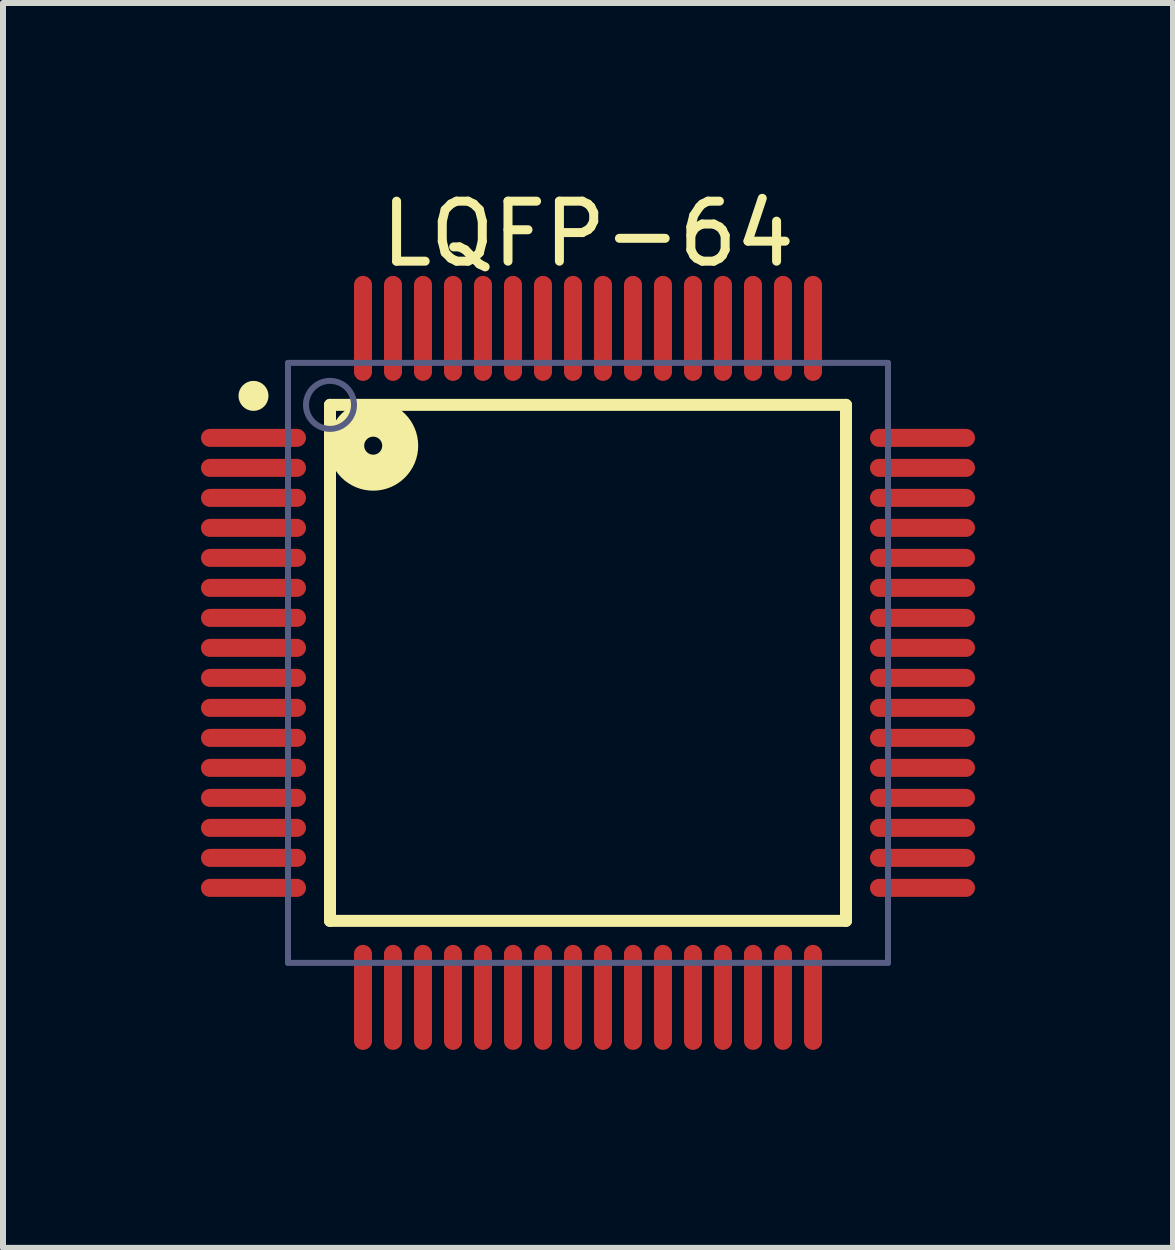
<source format=kicad_pcb>
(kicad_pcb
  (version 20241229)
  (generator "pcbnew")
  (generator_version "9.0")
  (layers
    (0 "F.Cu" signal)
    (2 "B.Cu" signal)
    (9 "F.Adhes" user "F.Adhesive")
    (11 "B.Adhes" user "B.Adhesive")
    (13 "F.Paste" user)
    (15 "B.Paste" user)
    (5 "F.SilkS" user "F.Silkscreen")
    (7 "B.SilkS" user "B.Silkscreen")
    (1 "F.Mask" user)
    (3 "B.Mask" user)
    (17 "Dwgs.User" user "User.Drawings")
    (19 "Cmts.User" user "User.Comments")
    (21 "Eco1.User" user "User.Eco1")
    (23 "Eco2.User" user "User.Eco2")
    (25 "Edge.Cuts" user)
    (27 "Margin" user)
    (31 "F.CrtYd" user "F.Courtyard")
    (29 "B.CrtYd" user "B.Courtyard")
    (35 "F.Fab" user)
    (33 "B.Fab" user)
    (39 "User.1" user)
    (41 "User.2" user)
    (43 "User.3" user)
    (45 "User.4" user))
  (footprint "LQFP-64"
    (layer "F.Cu")
    (at 6.75 7.998)
    (property "Reference" "LQFP-64" (at 0 -7.15 0) (layer "F.SilkS") (effects (font (size 1 1) (thickness 0.15))))
    (fp_line (start -4.3 -4.3) (end 4.3 -4.3) (stroke (width 0.2) (type solid)) (layer "F.SilkS"))
    (fp_line (start -4.3 4.3) (end -4.3 -4.3) (stroke (width 0.2) (type solid)) (layer "F.SilkS"))
    (fp_line (start -4.3 4.3) (end 4.3 4.3) (stroke (width 0.2) (type solid)) (layer "F.SilkS"))
    (fp_line (start 4.3 4.3) (end 4.3 -4.3) (stroke (width 0.2) (type solid)) (layer "F.SilkS"))
    (fp_circle (center -5.575 -4.45) (end -5.575 -4.575) (stroke (width 0.25) (type solid)) (fill no) (layer "F.SilkS"))
    (fp_circle (center -3.58 -3.62) (end -3.58 -3.77) (stroke (width 0.6) (type solid)) (fill no) (layer "F.SilkS"))
    (fp_line (start -6.7 -6.7) (end 6.7 -6.7) (stroke (width 0.1) (type solid)) (layer "Eco2.User"))
    (fp_line (start -6.7 6.7) (end -6.7 -6.7) (stroke (width 0.1) (type solid)) (layer "Eco2.User"))
    (fp_line (start -6.7 6.7) (end 6.7 6.7) (stroke (width 0.1) (type solid)) (layer "Eco2.User"))
    (fp_line (start -0.5 0) (end 0.5 0) (stroke (width 0.1) (type solid)) (layer "Eco2.User"))
    (fp_line (start 0 0.5) (end 0 -0.5) (stroke (width 0.1) (type solid)) (layer "Eco2.User"))
    (fp_line (start 6.7 6.7) (end 6.7 -6.7) (stroke (width 0.1) (type solid)) (layer "Eco2.User"))
    (fp_line (start -5 -5) (end 5 -5) (stroke (width 0.1) (type solid)) (layer "B.Fab"))
    (fp_line (start -5 5) (end -5 -5) (stroke (width 0.1) (type solid)) (layer "B.Fab"))
    (fp_line (start -5 5) (end 5 5) (stroke (width 0.1) (type solid)) (layer "B.Fab"))
    (fp_line (start 5 5) (end 5 -5) (stroke (width 0.1) (type solid)) (layer "B.Fab"))
    (fp_circle (center -4.3 -4.3) (end -4.3 -4.7) (stroke (width 0.1) (type solid)) (fill no) (layer "B.Fab"))
    (pad "1" smd oval (at -5.575 -3.75 90) (size 0.3 1.75) (layers "F.Cu" "F.Mask" "F.Paste"))
    (pad "2" smd oval (at -5.575 -3.25 90) (size 0.3 1.75) (layers "F.Cu" "F.Mask" "F.Paste"))
    (pad "3" smd oval (at -5.575 -2.75 90) (size 0.3 1.75) (layers "F.Cu" "F.Mask" "F.Paste"))
    (pad "4" smd oval (at -5.575 -2.25 90) (size 0.3 1.75) (layers "F.Cu" "F.Mask" "F.Paste"))
    (pad "5" smd oval (at -5.575 -1.75 90) (size 0.3 1.75) (layers "F.Cu" "F.Mask" "F.Paste"))
    (pad "6" smd oval (at -5.575 -1.25 90) (size 0.3 1.75) (layers "F.Cu" "F.Mask" "F.Paste"))
    (pad "7" smd oval (at -5.575 -0.75 90) (size 0.3 1.75) (layers "F.Cu" "F.Mask" "F.Paste"))
    (pad "8" smd oval (at -5.575 -0.25 90) (size 0.3 1.75) (layers "F.Cu" "F.Mask" "F.Paste"))
    (pad "9" smd oval (at -5.575 0.25 90) (size 0.3 1.75) (layers "F.Cu" "F.Mask" "F.Paste"))
    (pad "10" smd oval (at -5.575 0.75 90) (size 0.3 1.75) (layers "F.Cu" "F.Mask" "F.Paste"))
    (pad "11" smd oval (at -5.575 1.25 90) (size 0.3 1.75) (layers "F.Cu" "F.Mask" "F.Paste"))
    (pad "12" smd oval (at -5.575 1.75 90) (size 0.3 1.75) (layers "F.Cu" "F.Mask" "F.Paste"))
    (pad "13" smd oval (at -5.575 2.25 90) (size 0.3 1.75) (layers "F.Cu" "F.Mask" "F.Paste"))
    (pad "14" smd oval (at -5.575 2.75 90) (size 0.3 1.75) (layers "F.Cu" "F.Mask" "F.Paste"))
    (pad "15" smd oval (at -5.575 3.25 90) (size 0.3 1.75) (layers "F.Cu" "F.Mask" "F.Paste"))
    (pad "16" smd oval (at -5.575 3.75 90) (size 0.3 1.75) (layers "F.Cu" "F.Mask" "F.Paste"))
    (pad "17" smd oval (at -3.75 5.575) (size 0.3 1.75) (layers "F.Cu" "F.Mask" "F.Paste"))
    (pad "18" smd oval (at -3.25 5.575) (size 0.3 1.75) (layers "F.Cu" "F.Mask" "F.Paste"))
    (pad "19" smd oval (at -2.75 5.575) (size 0.3 1.75) (layers "F.Cu" "F.Mask" "F.Paste"))
    (pad "20" smd oval (at -2.25 5.575) (size 0.3 1.75) (layers "F.Cu" "F.Mask" "F.Paste"))
    (pad "21" smd oval (at -1.75 5.575) (size 0.3 1.75) (layers "F.Cu" "F.Mask" "F.Paste"))
    (pad "22" smd oval (at -1.25 5.575) (size 0.3 1.75) (layers "F.Cu" "F.Mask" "F.Paste"))
    (pad "23" smd oval (at -0.75 5.575) (size 0.3 1.75) (layers "F.Cu" "F.Mask" "F.Paste"))
    (pad "24" smd oval (at -0.25 5.575) (size 0.3 1.75) (layers "F.Cu" "F.Mask" "F.Paste"))
    (pad "25" smd oval (at 0.25 5.575) (size 0.3 1.75) (layers "F.Cu" "F.Mask" "F.Paste"))
    (pad "26" smd oval (at 0.75 5.575) (size 0.3 1.75) (layers "F.Cu" "F.Mask" "F.Paste"))
    (pad "27" smd oval (at 1.25 5.575) (size 0.3 1.75) (layers "F.Cu" "F.Mask" "F.Paste"))
    (pad "28" smd oval (at 1.75 5.575) (size 0.3 1.75) (layers "F.Cu" "F.Mask" "F.Paste"))
    (pad "29" smd oval (at 2.25 5.575) (size 0.3 1.75) (layers "F.Cu" "F.Mask" "F.Paste"))
    (pad "30" smd oval (at 2.75 5.575) (size 0.3 1.75) (layers "F.Cu" "F.Mask" "F.Paste"))
    (pad "31" smd oval (at 3.25 5.575) (size 0.3 1.75) (layers "F.Cu" "F.Mask" "F.Paste"))
    (pad "32" smd oval (at 3.75 5.575) (size 0.3 1.75) (layers "F.Cu" "F.Mask" "F.Paste"))
    (pad "33" smd oval (at 5.575 3.75 90) (size 0.3 1.75) (layers "F.Cu" "F.Mask" "F.Paste"))
    (pad "34" smd oval (at 5.575 3.25 90) (size 0.3 1.75) (layers "F.Cu" "F.Mask" "F.Paste"))
    (pad "35" smd oval (at 5.575 2.75 90) (size 0.3 1.75) (layers "F.Cu" "F.Mask" "F.Paste"))
    (pad "36" smd oval (at 5.575 2.25 90) (size 0.3 1.75) (layers "F.Cu" "F.Mask" "F.Paste"))
    (pad "37" smd oval (at 5.575 1.75 90) (size 0.3 1.75) (layers "F.Cu" "F.Mask" "F.Paste"))
    (pad "38" smd oval (at 5.575 1.25 90) (size 0.3 1.75) (layers "F.Cu" "F.Mask" "F.Paste"))
    (pad "39" smd oval (at 5.575 0.75 90) (size 0.3 1.75) (layers "F.Cu" "F.Mask" "F.Paste"))
    (pad "40" smd oval (at 5.575 0.25 90) (size 0.3 1.75) (layers "F.Cu" "F.Mask" "F.Paste"))
    (pad "41" smd oval (at 5.575 -0.25 90) (size 0.3 1.75) (layers "F.Cu" "F.Mask" "F.Paste"))
    (pad "42" smd oval (at 5.575 -0.75 90) (size 0.3 1.75) (layers "F.Cu" "F.Mask" "F.Paste"))
    (pad "43" smd oval (at 5.575 -1.25 90) (size 0.3 1.75) (layers "F.Cu" "F.Mask" "F.Paste"))
    (pad "44" smd oval (at 5.575 -1.75 90) (size 0.3 1.75) (layers "F.Cu" "F.Mask" "F.Paste"))
    (pad "45" smd oval (at 5.575 -2.25 90) (size 0.3 1.75) (layers "F.Cu" "F.Mask" "F.Paste"))
    (pad "46" smd oval (at 5.575 -2.75 90) (size 0.3 1.75) (layers "F.Cu" "F.Mask" "F.Paste"))
    (pad "47" smd oval (at 5.575 -3.25 90) (size 0.3 1.75) (layers "F.Cu" "F.Mask" "F.Paste"))
    (pad "48" smd oval (at 5.575 -3.75 90) (size 0.3 1.75) (layers "F.Cu" "F.Mask" "F.Paste"))
    (pad "49" smd oval (at 3.75 -5.575) (size 0.3 1.75) (layers "F.Cu" "F.Mask" "F.Paste"))
    (pad "50" smd oval (at 3.25 -5.575) (size 0.3 1.75) (layers "F.Cu" "F.Mask" "F.Paste"))
    (pad "51" smd oval (at 2.75 -5.575) (size 0.3 1.75) (layers "F.Cu" "F.Mask" "F.Paste"))
    (pad "52" smd oval (at 2.25 -5.575) (size 0.3 1.75) (layers "F.Cu" "F.Mask" "F.Paste"))
    (pad "53" smd oval (at 1.75 -5.575) (size 0.3 1.75) (layers "F.Cu" "F.Mask" "F.Paste"))
    (pad "54" smd oval (at 1.25 -5.575) (size 0.3 1.75) (layers "F.Cu" "F.Mask" "F.Paste"))
    (pad "55" smd oval (at 0.75 -5.575) (size 0.3 1.75) (layers "F.Cu" "F.Mask" "F.Paste"))
    (pad "56" smd oval (at 0.25 -5.575) (size 0.3 1.75) (layers "F.Cu" "F.Mask" "F.Paste"))
    (pad "57" smd oval (at -0.25 -5.575) (size 0.3 1.75) (layers "F.Cu" "F.Mask" "F.Paste"))
    (pad "58" smd oval (at -0.75 -5.575) (size 0.3 1.75) (layers "F.Cu" "F.Mask" "F.Paste"))
    (pad "59" smd oval (at -1.25 -5.575) (size 0.3 1.75) (layers "F.Cu" "F.Mask" "F.Paste"))
    (pad "60" smd oval (at -1.75 -5.575) (size 0.3 1.75) (layers "F.Cu" "F.Mask" "F.Paste"))
    (pad "61" smd oval (at -2.25 -5.575) (size 0.3 1.75) (layers "F.Cu" "F.Mask" "F.Paste"))
    (pad "62" smd oval (at -2.75 -5.575) (size 0.3 1.75) (layers "F.Cu" "F.Mask" "F.Paste"))
    (pad "63" smd oval (at -3.25 -5.575) (size 0.3 1.75) (layers "F.Cu" "F.Mask" "F.Paste"))
    (pad "64" smd oval (at -3.75 -5.575) (size 0.3 1.75) (layers "F.Cu" "F.Mask" "F.Paste")))
  (gr_rect
    (start -3 -3)
    (end 16.5 17.748)
    (stroke (width 0.1) (type default))
    (fill no)
    (layer "Edge.Cuts")))
</source>
